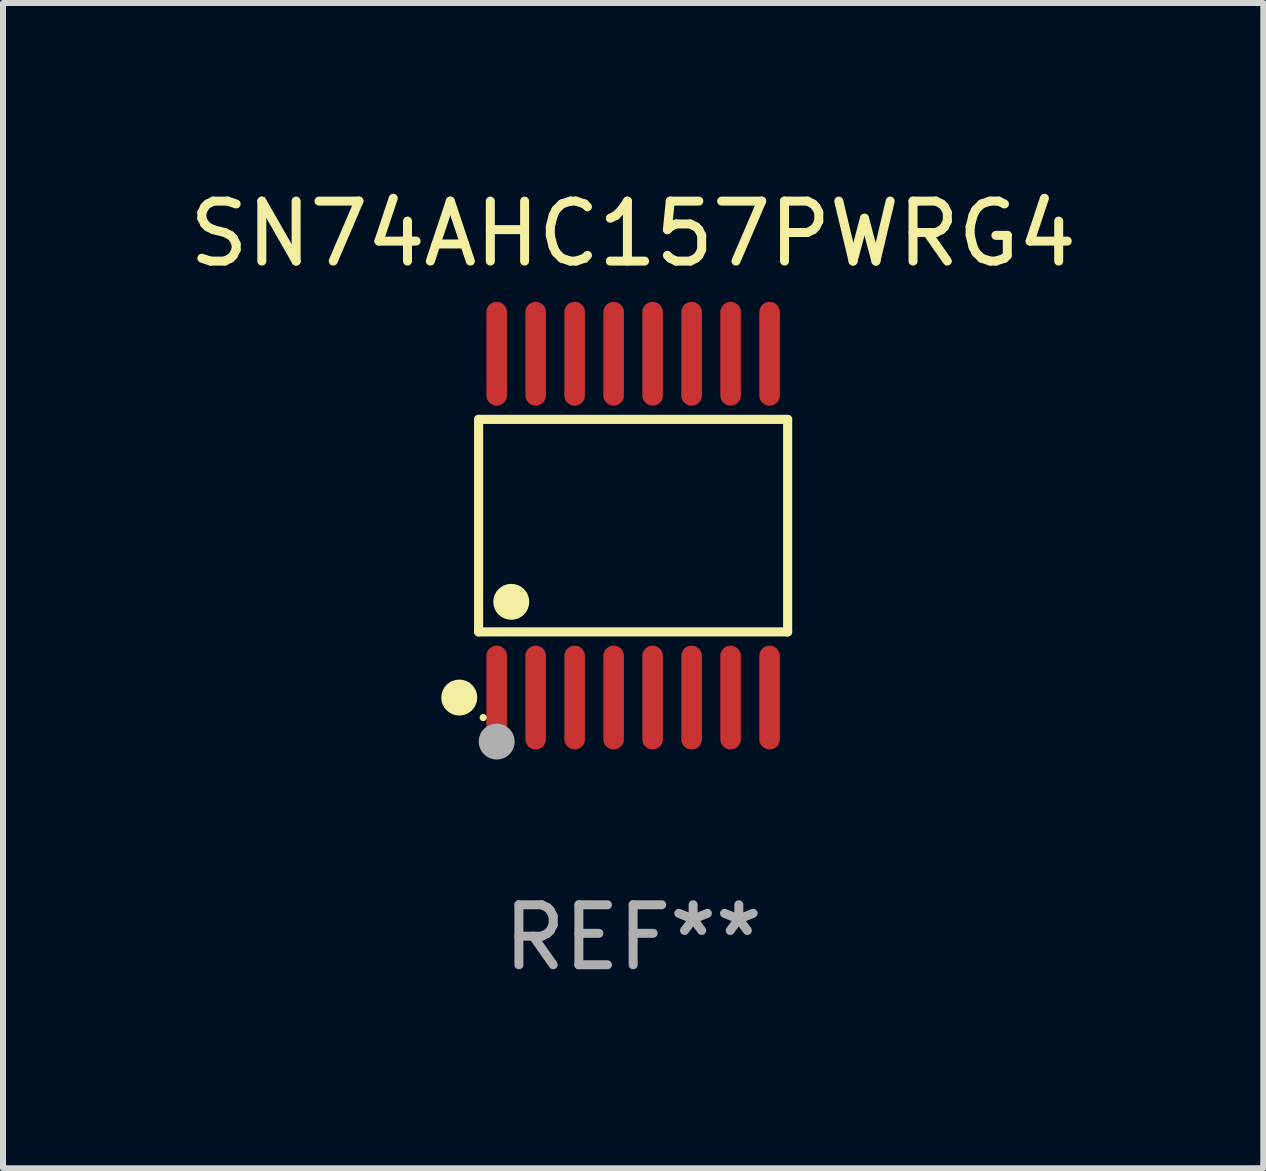
<source format=kicad_pcb>
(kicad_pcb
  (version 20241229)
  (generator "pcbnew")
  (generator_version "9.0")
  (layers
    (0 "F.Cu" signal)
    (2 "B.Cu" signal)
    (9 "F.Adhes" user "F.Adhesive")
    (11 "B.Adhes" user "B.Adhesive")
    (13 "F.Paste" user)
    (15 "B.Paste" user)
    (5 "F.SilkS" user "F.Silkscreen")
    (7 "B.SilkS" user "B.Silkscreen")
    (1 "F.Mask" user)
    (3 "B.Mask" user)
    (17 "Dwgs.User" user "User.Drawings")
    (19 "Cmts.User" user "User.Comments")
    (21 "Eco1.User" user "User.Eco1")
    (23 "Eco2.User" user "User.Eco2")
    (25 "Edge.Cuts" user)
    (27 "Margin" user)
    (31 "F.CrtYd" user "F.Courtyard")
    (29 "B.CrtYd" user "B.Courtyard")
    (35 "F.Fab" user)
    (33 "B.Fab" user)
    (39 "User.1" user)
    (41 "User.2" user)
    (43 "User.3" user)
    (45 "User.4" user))
  (footprint "SN74AHC157PWRG4"
    (layer "F.Cu")
    (at 7.506 5.714)
    (property "Reference" "SN74AHC157PWRG4" (at 0 -4.866 0) (layer "F.SilkS") (effects (font (size 1 1) (thickness 0.15))))
    (attr through_hole)
    (fp_line (start -2.576 -1.772) (end 2.576 -1.772) (stroke (width 0.152) (type solid)) (layer "F.SilkS"))
    (fp_line (start -2.576 1.771) (end -2.576 -1.772) (stroke (width 0.152) (type solid)) (layer "F.SilkS"))
    (fp_line (start 2.576 -1.772) (end 2.576 1.771) (stroke (width 0.152) (type solid)) (layer "F.SilkS"))
    (fp_line (start 2.576 1.771) (end -2.576 1.771) (stroke (width 0.152) (type solid)) (layer "F.SilkS"))
    (fp_circle (center -2.899 2.866) (end -2.749 2.866) (stroke (width 0.3) (type solid)) (fill no) (layer "F.SilkS"))
    (fp_circle (center -2.5 3.2) (end -2.47 3.2) (stroke (width 0.06) (type solid)) (fill no) (layer "F.SilkS"))
    (fp_circle (center -2.032 1.27) (end -1.882 1.27) (stroke (width 0.3) (type solid)) (fill no) (layer "F.SilkS"))
    (fp_circle (center -2.275 3.6) (end -2.125 3.6) (stroke (width 0.3) (type solid)) (fill no) (layer "F.Fab"))
    (fp_text user "REF**" (at 0 6.866 0) (layer "F.Fab") (effects (font (size 1 1) (thickness 0.15))))
    (pad "1" smd oval (at -2.275 2.866) (size 0.343 1.731) (layers "F.Cu" "F.Mask" "F.Paste"))
    (pad "2" smd oval (at -1.625 2.866) (size 0.343 1.731) (layers "F.Cu" "F.Mask" "F.Paste"))
    (pad "3" smd oval (at -0.975 2.866) (size 0.343 1.731) (layers "F.Cu" "F.Mask" "F.Paste"))
    (pad "4" smd oval (at -0.325 2.866) (size 0.343 1.731) (layers "F.Cu" "F.Mask" "F.Paste"))
    (pad "5" smd oval (at 0.325 2.866) (size 0.343 1.731) (layers "F.Cu" "F.Mask" "F.Paste"))
    (pad "6" smd oval (at 0.975 2.866) (size 0.343 1.731) (layers "F.Cu" "F.Mask" "F.Paste"))
    (pad "7" smd oval (at 1.625 2.866) (size 0.343 1.731) (layers "F.Cu" "F.Mask" "F.Paste"))
    (pad "8" smd oval (at 2.275 2.866) (size 0.343 1.731) (layers "F.Cu" "F.Mask" "F.Paste"))
    (pad "9" smd oval (at 2.275 -2.866) (size 0.343 1.731) (layers "F.Cu" "F.Mask" "F.Paste"))
    (pad "10" smd oval (at 1.625 -2.866) (size 0.343 1.731) (layers "F.Cu" "F.Mask" "F.Paste"))
    (pad "11" smd oval (at 0.975 -2.866) (size 0.343 1.731) (layers "F.Cu" "F.Mask" "F.Paste"))
    (pad "12" smd oval (at 0.325 -2.866) (size 0.343 1.731) (layers "F.Cu" "F.Mask" "F.Paste"))
    (pad "13" smd oval (at -0.325 -2.866) (size 0.343 1.731) (layers "F.Cu" "F.Mask" "F.Paste"))
    (pad "14" smd oval (at -0.975 -2.866) (size 0.343 1.731) (layers "F.Cu" "F.Mask" "F.Paste"))
    (pad "15" smd oval (at -1.625 -2.866) (size 0.343 1.731) (layers "F.Cu" "F.Mask" "F.Paste"))
    (pad "16" smd oval (at -2.275 -2.866) (size 0.343 1.731) (layers "F.Cu" "F.Mask" "F.Paste")))
  (gr_rect
    (start -3 -3)
    (end 18.012 16.428)
    (stroke (width 0.1) (type default))
    (fill no)
    (layer "Edge.Cuts")))
</source>
